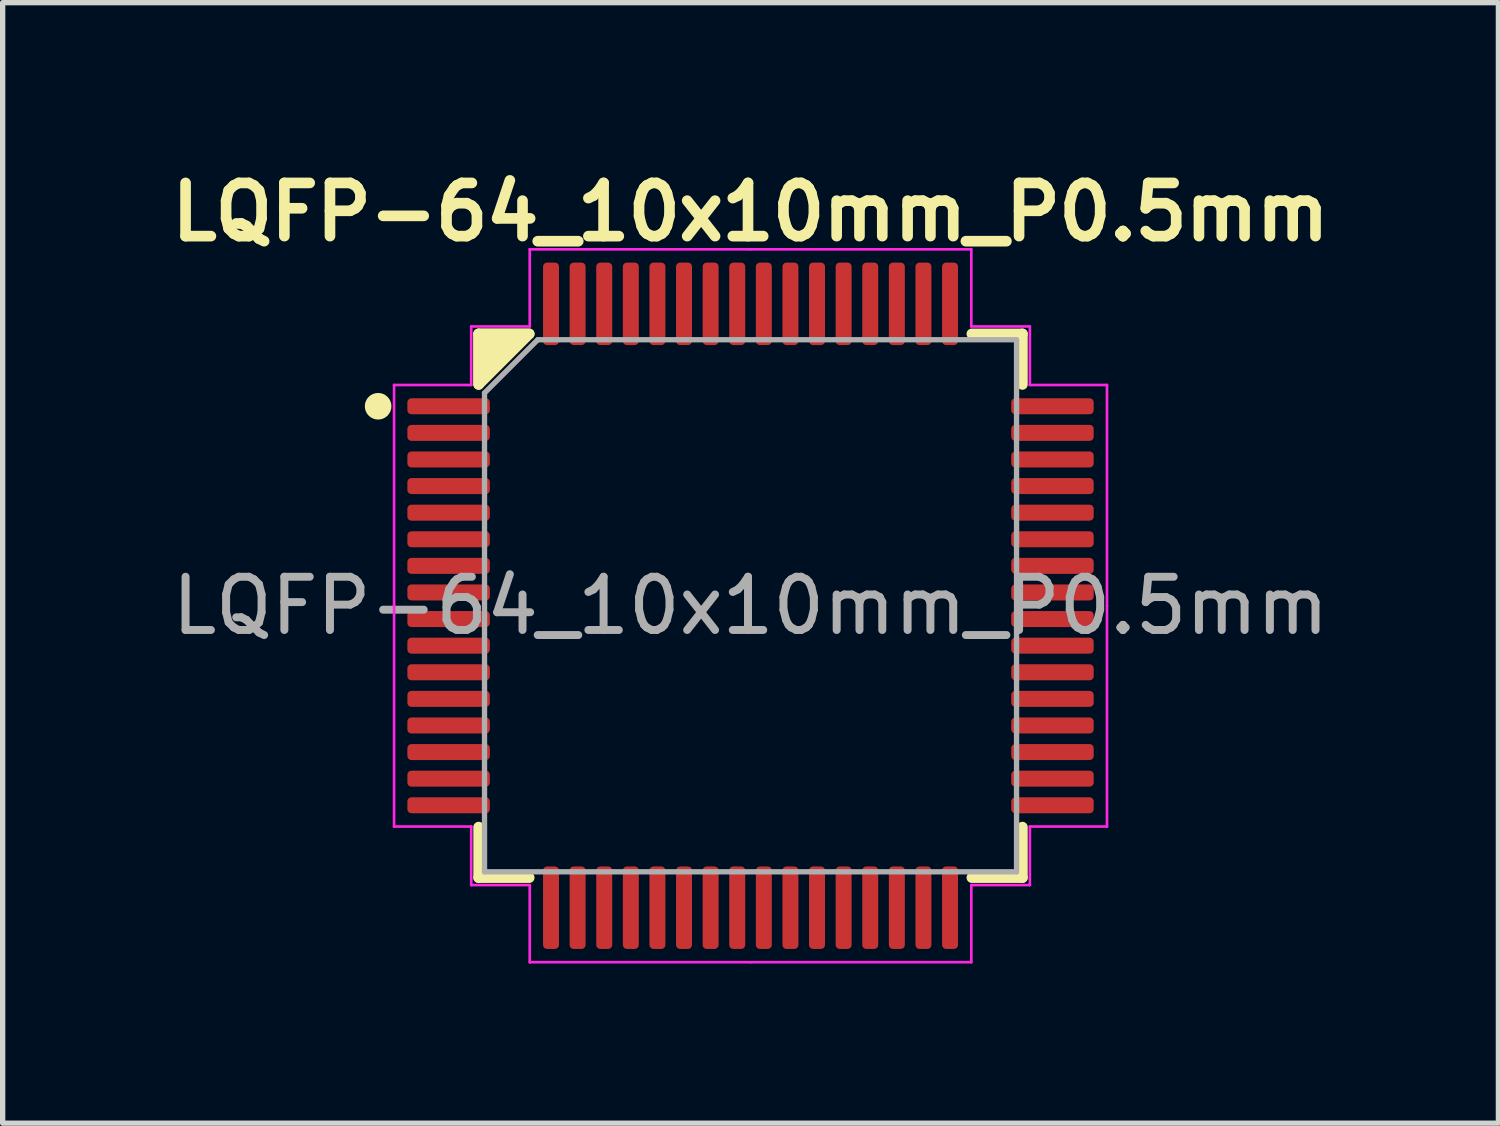
<source format=kicad_pcb>
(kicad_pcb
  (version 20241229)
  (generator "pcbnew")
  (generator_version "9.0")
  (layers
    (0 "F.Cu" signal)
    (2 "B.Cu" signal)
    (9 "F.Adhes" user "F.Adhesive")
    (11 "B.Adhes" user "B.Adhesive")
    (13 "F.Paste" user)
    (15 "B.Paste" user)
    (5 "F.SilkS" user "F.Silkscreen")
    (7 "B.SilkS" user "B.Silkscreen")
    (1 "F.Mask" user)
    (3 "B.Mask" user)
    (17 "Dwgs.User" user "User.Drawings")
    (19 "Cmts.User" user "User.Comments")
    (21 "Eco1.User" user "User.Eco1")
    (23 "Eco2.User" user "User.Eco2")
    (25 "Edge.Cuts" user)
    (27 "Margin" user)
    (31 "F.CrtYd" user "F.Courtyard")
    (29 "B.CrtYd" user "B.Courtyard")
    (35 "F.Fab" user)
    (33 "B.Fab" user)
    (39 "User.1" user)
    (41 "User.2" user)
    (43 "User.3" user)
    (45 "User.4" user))
  (footprint "LQFP-64_10x10mm_P0.5mm"
    (layer "F.Cu")
    (at 11.057 8.336)
    (property "Reference" "LQFP-64_10x10mm_P0.5mm" (at 0 -7.4 0) (layer "F.SilkS") (effects (font (size 1 1) (thickness 0.2))))
    (attr smd)
    (fp_line (start -5.11 -5.11) (end -5.11 -4.16) (stroke (width 0.2) (type solid)) (layer "F.SilkS"))
    (fp_line (start -5.11 5.11) (end -5.11 4.16) (stroke (width 0.2) (type solid)) (layer "F.SilkS"))
    (fp_line (start -4.16 -5.11) (end -5.11 -5.11) (stroke (width 0.2) (type solid)) (layer "F.SilkS"))
    (fp_line (start -4.16 5.11) (end -5.11 5.11) (stroke (width 0.2) (type solid)) (layer "F.SilkS"))
    (fp_line (start 4.16 -5.11) (end 5.11 -5.11) (stroke (width 0.2) (type solid)) (layer "F.SilkS"))
    (fp_line (start 4.16 5.11) (end 5.11 5.11) (stroke (width 0.2) (type solid)) (layer "F.SilkS"))
    (fp_line (start 5.11 -5.11) (end 5.11 -4.16) (stroke (width 0.2) (type solid)) (layer "F.SilkS"))
    (fp_line (start 5.11 5.11) (end 5.11 4.16) (stroke (width 0.2) (type solid)) (layer "F.SilkS"))
    (fp_circle (center -7 -3.75) (end -6.875 -3.75) (stroke (width 0.25) (type solid)) (fill no) (layer "F.SilkS"))
    (fp_poly (pts (xy -5.11 -4.16) (xy -5.11 -5.11) (xy -4.16 -5.11)) (stroke (width 0.2) (type solid)) (fill yes) (layer "F.SilkS"))
    (fp_line (start -6.7 -4.15) (end -6.7 0) (stroke (width 0.05) (type solid)) (layer "F.CrtYd"))
    (fp_line (start -6.7 4.15) (end -6.7 0) (stroke (width 0.05) (type solid)) (layer "F.CrtYd"))
    (fp_line (start -5.25 -5.25) (end -5.25 -4.15) (stroke (width 0.05) (type solid)) (layer "F.CrtYd"))
    (fp_line (start -5.25 -4.15) (end -6.7 -4.15) (stroke (width 0.05) (type solid)) (layer "F.CrtYd"))
    (fp_line (start -5.25 4.15) (end -6.7 4.15) (stroke (width 0.05) (type solid)) (layer "F.CrtYd"))
    (fp_line (start -5.25 5.25) (end -5.25 4.15) (stroke (width 0.05) (type solid)) (layer "F.CrtYd"))
    (fp_line (start -4.15 -6.7) (end -4.15 -5.25) (stroke (width 0.05) (type solid)) (layer "F.CrtYd"))
    (fp_line (start -4.15 -5.25) (end -5.25 -5.25) (stroke (width 0.05) (type solid)) (layer "F.CrtYd"))
    (fp_line (start -4.15 5.25) (end -5.25 5.25) (stroke (width 0.05) (type solid)) (layer "F.CrtYd"))
    (fp_line (start -4.15 6.7) (end -4.15 5.25) (stroke (width 0.05) (type solid)) (layer "F.CrtYd"))
    (fp_line (start 0 -6.7) (end -4.15 -6.7) (stroke (width 0.05) (type solid)) (layer "F.CrtYd"))
    (fp_line (start 0 -6.7) (end 4.15 -6.7) (stroke (width 0.05) (type solid)) (layer "F.CrtYd"))
    (fp_line (start 0 6.7) (end -4.15 6.7) (stroke (width 0.05) (type solid)) (layer "F.CrtYd"))
    (fp_line (start 0 6.7) (end 4.15 6.7) (stroke (width 0.05) (type solid)) (layer "F.CrtYd"))
    (fp_line (start 4.15 -6.7) (end 4.15 -5.25) (stroke (width 0.05) (type solid)) (layer "F.CrtYd"))
    (fp_line (start 4.15 -5.25) (end 5.25 -5.25) (stroke (width 0.05) (type solid)) (layer "F.CrtYd"))
    (fp_line (start 4.15 5.25) (end 5.25 5.25) (stroke (width 0.05) (type solid)) (layer "F.CrtYd"))
    (fp_line (start 4.15 6.7) (end 4.15 5.25) (stroke (width 0.05) (type solid)) (layer "F.CrtYd"))
    (fp_line (start 5.25 -5.25) (end 5.25 -4.15) (stroke (width 0.05) (type solid)) (layer "F.CrtYd"))
    (fp_line (start 5.25 -4.15) (end 6.7 -4.15) (stroke (width 0.05) (type solid)) (layer "F.CrtYd"))
    (fp_line (start 5.25 4.15) (end 6.7 4.15) (stroke (width 0.05) (type solid)) (layer "F.CrtYd"))
    (fp_line (start 5.25 5.25) (end 5.25 4.15) (stroke (width 0.05) (type solid)) (layer "F.CrtYd"))
    (fp_line (start 6.7 -4.15) (end 6.7 0) (stroke (width 0.05) (type solid)) (layer "F.CrtYd"))
    (fp_line (start 6.7 4.15) (end 6.7 0) (stroke (width 0.05) (type solid)) (layer "F.CrtYd"))
    (fp_line (start -5 -4) (end -4 -5) (stroke (width 0.1) (type solid)) (layer "F.Fab"))
    (fp_line (start -5 5) (end -5 -4) (stroke (width 0.1) (type solid)) (layer "F.Fab"))
    (fp_line (start -4 -5) (end 5 -5) (stroke (width 0.1) (type solid)) (layer "F.Fab"))
    (fp_line (start 5 -5) (end 5 5) (stroke (width 0.1) (type solid)) (layer "F.Fab"))
    (fp_line (start 5 5) (end -5 5) (stroke (width 0.1) (type solid)) (layer "F.Fab"))
    (fp_text user "${REFERENCE}" (at 0 0 0) (layer "F.Fab") (effects (font (size 1 1) (thickness 0.15))))
    (pad "1" smd roundrect (at -5.675 -3.75) (size 1.55 0.3) (layers "F.Cu" "F.Mask" "F.Paste") (roundrect_rratio 0.25))
    (pad "2" smd roundrect (at -5.675 -3.25) (size 1.55 0.3) (layers "F.Cu" "F.Mask" "F.Paste") (roundrect_rratio 0.25))
    (pad "3" smd roundrect (at -5.675 -2.75) (size 1.55 0.3) (layers "F.Cu" "F.Mask" "F.Paste") (roundrect_rratio 0.25))
    (pad "4" smd roundrect (at -5.675 -2.25) (size 1.55 0.3) (layers "F.Cu" "F.Mask" "F.Paste") (roundrect_rratio 0.25))
    (pad "5" smd roundrect (at -5.675 -1.75) (size 1.55 0.3) (layers "F.Cu" "F.Mask" "F.Paste") (roundrect_rratio 0.25))
    (pad "6" smd roundrect (at -5.675 -1.25) (size 1.55 0.3) (layers "F.Cu" "F.Mask" "F.Paste") (roundrect_rratio 0.25))
    (pad "7" smd roundrect (at -5.675 -0.75) (size 1.55 0.3) (layers "F.Cu" "F.Mask" "F.Paste") (roundrect_rratio 0.25))
    (pad "8" smd roundrect (at -5.675 -0.25) (size 1.55 0.3) (layers "F.Cu" "F.Mask" "F.Paste") (roundrect_rratio 0.25))
    (pad "9" smd roundrect (at -5.675 0.25) (size 1.55 0.3) (layers "F.Cu" "F.Mask" "F.Paste") (roundrect_rratio 0.25))
    (pad "10" smd roundrect (at -5.675 0.75) (size 1.55 0.3) (layers "F.Cu" "F.Mask" "F.Paste") (roundrect_rratio 0.25))
    (pad "11" smd roundrect (at -5.675 1.25) (size 1.55 0.3) (layers "F.Cu" "F.Mask" "F.Paste") (roundrect_rratio 0.25))
    (pad "12" smd roundrect (at -5.675 1.75) (size 1.55 0.3) (layers "F.Cu" "F.Mask" "F.Paste") (roundrect_rratio 0.25))
    (pad "13" smd roundrect (at -5.675 2.25) (size 1.55 0.3) (layers "F.Cu" "F.Mask" "F.Paste") (roundrect_rratio 0.25))
    (pad "14" smd roundrect (at -5.675 2.75) (size 1.55 0.3) (layers "F.Cu" "F.Mask" "F.Paste") (roundrect_rratio 0.25))
    (pad "15" smd roundrect (at -5.675 3.25) (size 1.55 0.3) (layers "F.Cu" "F.Mask" "F.Paste") (roundrect_rratio 0.25))
    (pad "16" smd roundrect (at -5.675 3.75) (size 1.55 0.3) (layers "F.Cu" "F.Mask" "F.Paste") (roundrect_rratio 0.25))
    (pad "17" smd roundrect (at -3.75 5.675) (size 0.3 1.55) (layers "F.Cu" "F.Mask" "F.Paste") (roundrect_rratio 0.25))
    (pad "18" smd roundrect (at -3.25 5.675) (size 0.3 1.55) (layers "F.Cu" "F.Mask" "F.Paste") (roundrect_rratio 0.25))
    (pad "19" smd roundrect (at -2.75 5.675) (size 0.3 1.55) (layers "F.Cu" "F.Mask" "F.Paste") (roundrect_rratio 0.25))
    (pad "20" smd roundrect (at -2.25 5.675) (size 0.3 1.55) (layers "F.Cu" "F.Mask" "F.Paste") (roundrect_rratio 0.25))
    (pad "21" smd roundrect (at -1.75 5.675) (size 0.3 1.55) (layers "F.Cu" "F.Mask" "F.Paste") (roundrect_rratio 0.25))
    (pad "22" smd roundrect (at -1.25 5.675) (size 0.3 1.55) (layers "F.Cu" "F.Mask" "F.Paste") (roundrect_rratio 0.25))
    (pad "23" smd roundrect (at -0.75 5.675) (size 0.3 1.55) (layers "F.Cu" "F.Mask" "F.Paste") (roundrect_rratio 0.25))
    (pad "24" smd roundrect (at -0.25 5.675) (size 0.3 1.55) (layers "F.Cu" "F.Mask" "F.Paste") (roundrect_rratio 0.25))
    (pad "25" smd roundrect (at 0.25 5.675) (size 0.3 1.55) (layers "F.Cu" "F.Mask" "F.Paste") (roundrect_rratio 0.25))
    (pad "26" smd roundrect (at 0.75 5.675) (size 0.3 1.55) (layers "F.Cu" "F.Mask" "F.Paste") (roundrect_rratio 0.25))
    (pad "27" smd roundrect (at 1.25 5.675) (size 0.3 1.55) (layers "F.Cu" "F.Mask" "F.Paste") (roundrect_rratio 0.25))
    (pad "28" smd roundrect (at 1.75 5.675) (size 0.3 1.55) (layers "F.Cu" "F.Mask" "F.Paste") (roundrect_rratio 0.25))
    (pad "29" smd roundrect (at 2.25 5.675) (size 0.3 1.55) (layers "F.Cu" "F.Mask" "F.Paste") (roundrect_rratio 0.25))
    (pad "30" smd roundrect (at 2.75 5.675) (size 0.3 1.55) (layers "F.Cu" "F.Mask" "F.Paste") (roundrect_rratio 0.25))
    (pad "31" smd roundrect (at 3.25 5.675) (size 0.3 1.55) (layers "F.Cu" "F.Mask" "F.Paste") (roundrect_rratio 0.25))
    (pad "32" smd roundrect (at 3.75 5.675) (size 0.3 1.55) (layers "F.Cu" "F.Mask" "F.Paste") (roundrect_rratio 0.25))
    (pad "33" smd roundrect (at 5.675 3.75) (size 1.55 0.3) (layers "F.Cu" "F.Mask" "F.Paste") (roundrect_rratio 0.25))
    (pad "34" smd roundrect (at 5.675 3.25) (size 1.55 0.3) (layers "F.Cu" "F.Mask" "F.Paste") (roundrect_rratio 0.25))
    (pad "35" smd roundrect (at 5.675 2.75) (size 1.55 0.3) (layers "F.Cu" "F.Mask" "F.Paste") (roundrect_rratio 0.25))
    (pad "36" smd roundrect (at 5.675 2.25) (size 1.55 0.3) (layers "F.Cu" "F.Mask" "F.Paste") (roundrect_rratio 0.25))
    (pad "37" smd roundrect (at 5.675 1.75) (size 1.55 0.3) (layers "F.Cu" "F.Mask" "F.Paste") (roundrect_rratio 0.25))
    (pad "38" smd roundrect (at 5.675 1.25) (size 1.55 0.3) (layers "F.Cu" "F.Mask" "F.Paste") (roundrect_rratio 0.25))
    (pad "39" smd roundrect (at 5.675 0.75) (size 1.55 0.3) (layers "F.Cu" "F.Mask" "F.Paste") (roundrect_rratio 0.25))
    (pad "40" smd roundrect (at 5.675 0.25) (size 1.55 0.3) (layers "F.Cu" "F.Mask" "F.Paste") (roundrect_rratio 0.25))
    (pad "41" smd roundrect (at 5.675 -0.25) (size 1.55 0.3) (layers "F.Cu" "F.Mask" "F.Paste") (roundrect_rratio 0.25))
    (pad "42" smd roundrect (at 5.675 -0.75) (size 1.55 0.3) (layers "F.Cu" "F.Mask" "F.Paste") (roundrect_rratio 0.25))
    (pad "43" smd roundrect (at 5.675 -1.25) (size 1.55 0.3) (layers "F.Cu" "F.Mask" "F.Paste") (roundrect_rratio 0.25))
    (pad "44" smd roundrect (at 5.675 -1.75) (size 1.55 0.3) (layers "F.Cu" "F.Mask" "F.Paste") (roundrect_rratio 0.25))
    (pad "45" smd roundrect (at 5.675 -2.25) (size 1.55 0.3) (layers "F.Cu" "F.Mask" "F.Paste") (roundrect_rratio 0.25))
    (pad "46" smd roundrect (at 5.675 -2.75) (size 1.55 0.3) (layers "F.Cu" "F.Mask" "F.Paste") (roundrect_rratio 0.25))
    (pad "47" smd roundrect (at 5.675 -3.25) (size 1.55 0.3) (layers "F.Cu" "F.Mask" "F.Paste") (roundrect_rratio 0.25))
    (pad "48" smd roundrect (at 5.675 -3.75) (size 1.55 0.3) (layers "F.Cu" "F.Mask" "F.Paste") (roundrect_rratio 0.25))
    (pad "49" smd roundrect (at 3.75 -5.675) (size 0.3 1.55) (layers "F.Cu" "F.Mask" "F.Paste") (roundrect_rratio 0.25))
    (pad "50" smd roundrect (at 3.25 -5.675) (size 0.3 1.55) (layers "F.Cu" "F.Mask" "F.Paste") (roundrect_rratio 0.25))
    (pad "51" smd roundrect (at 2.75 -5.675) (size 0.3 1.55) (layers "F.Cu" "F.Mask" "F.Paste") (roundrect_rratio 0.25))
    (pad "52" smd roundrect (at 2.25 -5.675) (size 0.3 1.55) (layers "F.Cu" "F.Mask" "F.Paste") (roundrect_rratio 0.25))
    (pad "53" smd roundrect (at 1.75 -5.675) (size 0.3 1.55) (layers "F.Cu" "F.Mask" "F.Paste") (roundrect_rratio 0.25))
    (pad "54" smd roundrect (at 1.25 -5.675) (size 0.3 1.55) (layers "F.Cu" "F.Mask" "F.Paste") (roundrect_rratio 0.25))
    (pad "55" smd roundrect (at 0.75 -5.675) (size 0.3 1.55) (layers "F.Cu" "F.Mask" "F.Paste") (roundrect_rratio 0.25))
    (pad "56" smd roundrect (at 0.25 -5.675) (size 0.3 1.55) (layers "F.Cu" "F.Mask" "F.Paste") (roundrect_rratio 0.25))
    (pad "57" smd roundrect (at -0.25 -5.675) (size 0.3 1.55) (layers "F.Cu" "F.Mask" "F.Paste") (roundrect_rratio 0.25))
    (pad "58" smd roundrect (at -0.75 -5.675) (size 0.3 1.55) (layers "F.Cu" "F.Mask" "F.Paste") (roundrect_rratio 0.25))
    (pad "59" smd roundrect (at -1.25 -5.675) (size 0.3 1.55) (layers "F.Cu" "F.Mask" "F.Paste") (roundrect_rratio 0.25))
    (pad "60" smd roundrect (at -1.75 -5.675) (size 0.3 1.55) (layers "F.Cu" "F.Mask" "F.Paste") (roundrect_rratio 0.25))
    (pad "61" smd roundrect (at -2.25 -5.675) (size 0.3 1.55) (layers "F.Cu" "F.Mask" "F.Paste") (roundrect_rratio 0.25))
    (pad "62" smd roundrect (at -2.75 -5.675) (size 0.3 1.55) (layers "F.Cu" "F.Mask" "F.Paste") (roundrect_rratio 0.25))
    (pad "63" smd roundrect (at -3.25 -5.675) (size 0.3 1.55) (layers "F.Cu" "F.Mask" "F.Paste") (roundrect_rratio 0.25))
    (pad "64" smd roundrect (at -3.75 -5.675) (size 0.3 1.55) (layers "F.Cu" "F.Mask" "F.Paste") (roundrect_rratio 0.25)))
  (gr_rect
    (start -3 -3)
    (end 25.114 18.061)
    (stroke (width 0.1) (type default))
    (fill no)
    (layer "Edge.Cuts")))
</source>
